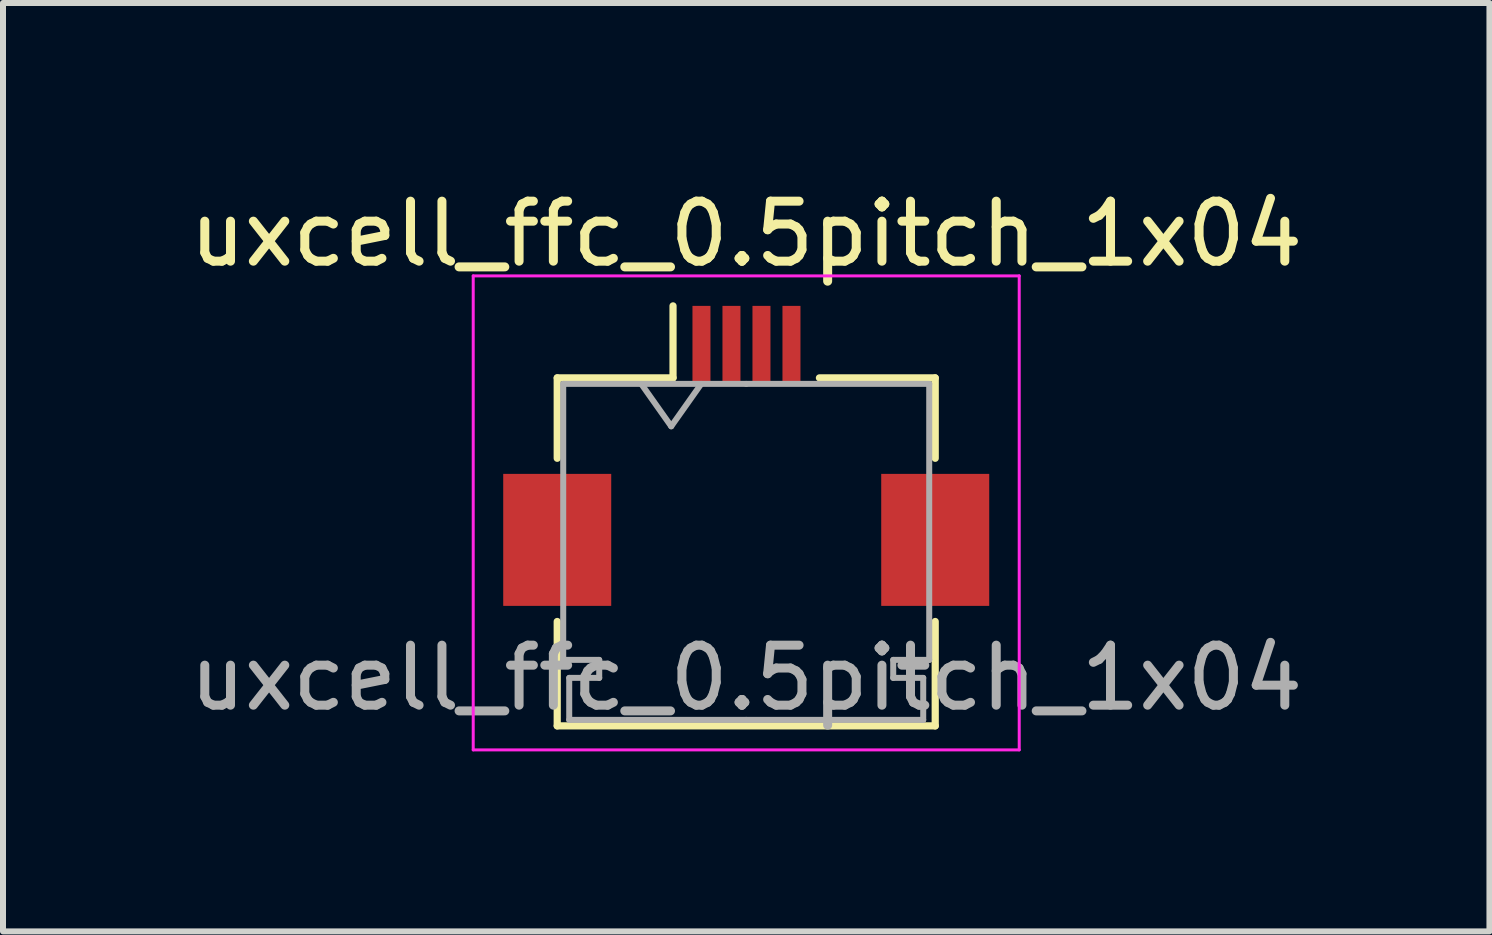
<source format=kicad_pcb>
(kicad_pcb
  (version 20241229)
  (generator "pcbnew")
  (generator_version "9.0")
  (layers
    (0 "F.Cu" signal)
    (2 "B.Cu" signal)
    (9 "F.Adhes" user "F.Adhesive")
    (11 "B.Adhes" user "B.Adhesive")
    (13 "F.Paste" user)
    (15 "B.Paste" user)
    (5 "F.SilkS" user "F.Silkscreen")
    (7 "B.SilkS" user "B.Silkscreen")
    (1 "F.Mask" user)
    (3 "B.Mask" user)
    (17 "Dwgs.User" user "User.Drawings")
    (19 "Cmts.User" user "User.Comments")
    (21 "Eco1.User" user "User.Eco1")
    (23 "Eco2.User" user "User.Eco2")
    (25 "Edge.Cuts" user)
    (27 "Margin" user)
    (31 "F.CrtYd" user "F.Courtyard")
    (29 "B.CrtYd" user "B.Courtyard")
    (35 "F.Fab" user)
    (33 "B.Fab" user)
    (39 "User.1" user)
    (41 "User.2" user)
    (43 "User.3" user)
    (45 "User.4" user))
  (footprint "uxcell_ffc_0.5pitch_1x04"
    (layer "F.Cu")
    (at 9.387 4.548)
    (property "Reference" "uxcell_ffc_0.5pitch_1x04" (at 0 -3.7 0) (layer "F.SilkS") (effects (font (size 1 1) (thickness 0.15))))
    (attr smd)
    (fp_line (start -3.15 -1.3) (end -3.15 0.04) (stroke (width 0.12) (type solid)) (layer "F.SilkS"))
    (fp_line (start -3.15 2.76) (end -3.15 4.5) (stroke (width 0.12) (type solid)) (layer "F.SilkS"))
    (fp_line (start -3.15 4.5) (end 3.15 4.5) (stroke (width 0.12) (type solid)) (layer "F.SilkS"))
    (fp_line (start -1.22 -1.3) (end -3.15 -1.3) (stroke (width 0.12) (type solid)) (layer "F.SilkS"))
    (fp_line (start -1.22 -1.3) (end -1.22 -2.5) (stroke (width 0.12) (type solid)) (layer "F.SilkS"))
    (fp_line (start 1.22 -1.3) (end 3.15 -1.3) (stroke (width 0.12) (type solid)) (layer "F.SilkS"))
    (fp_line (start 3.15 -1.3) (end 3.15 0.04) (stroke (width 0.12) (type solid)) (layer "F.SilkS"))
    (fp_line (start 3.15 4.5) (end 3.15 2.76) (stroke (width 0.12) (type solid)) (layer "F.SilkS"))
    (fp_line (start -4.55 -3) (end -4.55 4.9) (stroke (width 0.05) (type solid)) (layer "F.CrtYd"))
    (fp_line (start -4.55 4.9) (end 4.55 4.9) (stroke (width 0.05) (type solid)) (layer "F.CrtYd"))
    (fp_line (start 4.55 -3) (end -4.55 -3) (stroke (width 0.05) (type solid)) (layer "F.CrtYd"))
    (fp_line (start 4.55 4.9) (end 4.55 -3) (stroke (width 0.05) (type solid)) (layer "F.CrtYd"))
    (fp_line (start -3.05 -1.2) (end -3.05 3.4) (stroke (width 0.1) (type solid)) (layer "F.Fab"))
    (fp_line (start -3.05 3.4) (end -2.45 3.4) (stroke (width 0.1) (type solid)) (layer "F.Fab"))
    (fp_line (start -2.95 3.7) (end -2.95 4.4) (stroke (width 0.1) (type solid)) (layer "F.Fab"))
    (fp_line (start -2.95 4.4) (end 0 4.4) (stroke (width 0.1) (type solid)) (layer "F.Fab"))
    (fp_line (start -2.45 3.4) (end -2.45 3.7) (stroke (width 0.1) (type solid)) (layer "F.Fab"))
    (fp_line (start -2.45 3.7) (end -2.95 3.7) (stroke (width 0.1) (type solid)) (layer "F.Fab"))
    (fp_line (start -1.75 -1.2) (end -1.25 -0.493) (stroke (width 0.1) (type solid)) (layer "F.Fab"))
    (fp_line (start -1.25 -0.493) (end -0.75 -1.2) (stroke (width 0.1) (type solid)) (layer "F.Fab"))
    (fp_line (start 0 -1.2) (end -3.05 -1.2) (stroke (width 0.1) (type solid)) (layer "F.Fab"))
    (fp_line (start 0 -1.2) (end 3.05 -1.2) (stroke (width 0.1) (type solid)) (layer "F.Fab"))
    (fp_line (start 2.45 3.4) (end 2.45 3.7) (stroke (width 0.1) (type solid)) (layer "F.Fab"))
    (fp_line (start 2.45 3.7) (end 2.95 3.7) (stroke (width 0.1) (type solid)) (layer "F.Fab"))
    (fp_line (start 2.95 3.7) (end 2.95 4.4) (stroke (width 0.1) (type solid)) (layer "F.Fab"))
    (fp_line (start 2.95 4.4) (end 0 4.4) (stroke (width 0.1) (type solid)) (layer "F.Fab"))
    (fp_line (start 3.05 -1.2) (end 3.05 3.4) (stroke (width 0.1) (type solid)) (layer "F.Fab"))
    (fp_line (start 3.05 3.4) (end 2.45 3.4) (stroke (width 0.1) (type solid)) (layer "F.Fab"))
    (fp_text user "${REFERENCE}" (at 0 3.7 0) (layer "F.Fab") (effects (font (size 1 1) (thickness 0.15))))
    (pad "1" smd rect (at -0.746 -1.85) (size 0.3 1.3) (layers "F.Cu" "F.Mask" "F.Paste"))
    (pad "2" smd rect (at -0.246 -1.85) (size 0.3 1.3) (layers "F.Cu" "F.Mask" "F.Paste"))
    (pad "3" smd rect (at 0.254 -1.85) (size 0.3 1.3) (layers "F.Cu" "F.Mask" "F.Paste"))
    (pad "4" smd rect (at 0.754 -1.85) (size 0.3 1.3) (layers "F.Cu" "F.Mask" "F.Paste"))
    (pad "MP" smd rect (at -3.15 1.4) (size 1.8 2.2) (layers "F.Cu" "F.Mask" "F.Paste"))
    (pad "MP" smd rect (at 3.15 1.4) (size 1.8 2.2) (layers "F.Cu" "F.Mask" "F.Paste")))
  (gr_rect
    (start -3 -3)
    (end 21.774 12.473)
    (stroke (width 0.1) (type default))
    (fill no)
    (layer "Edge.Cuts")))
</source>
